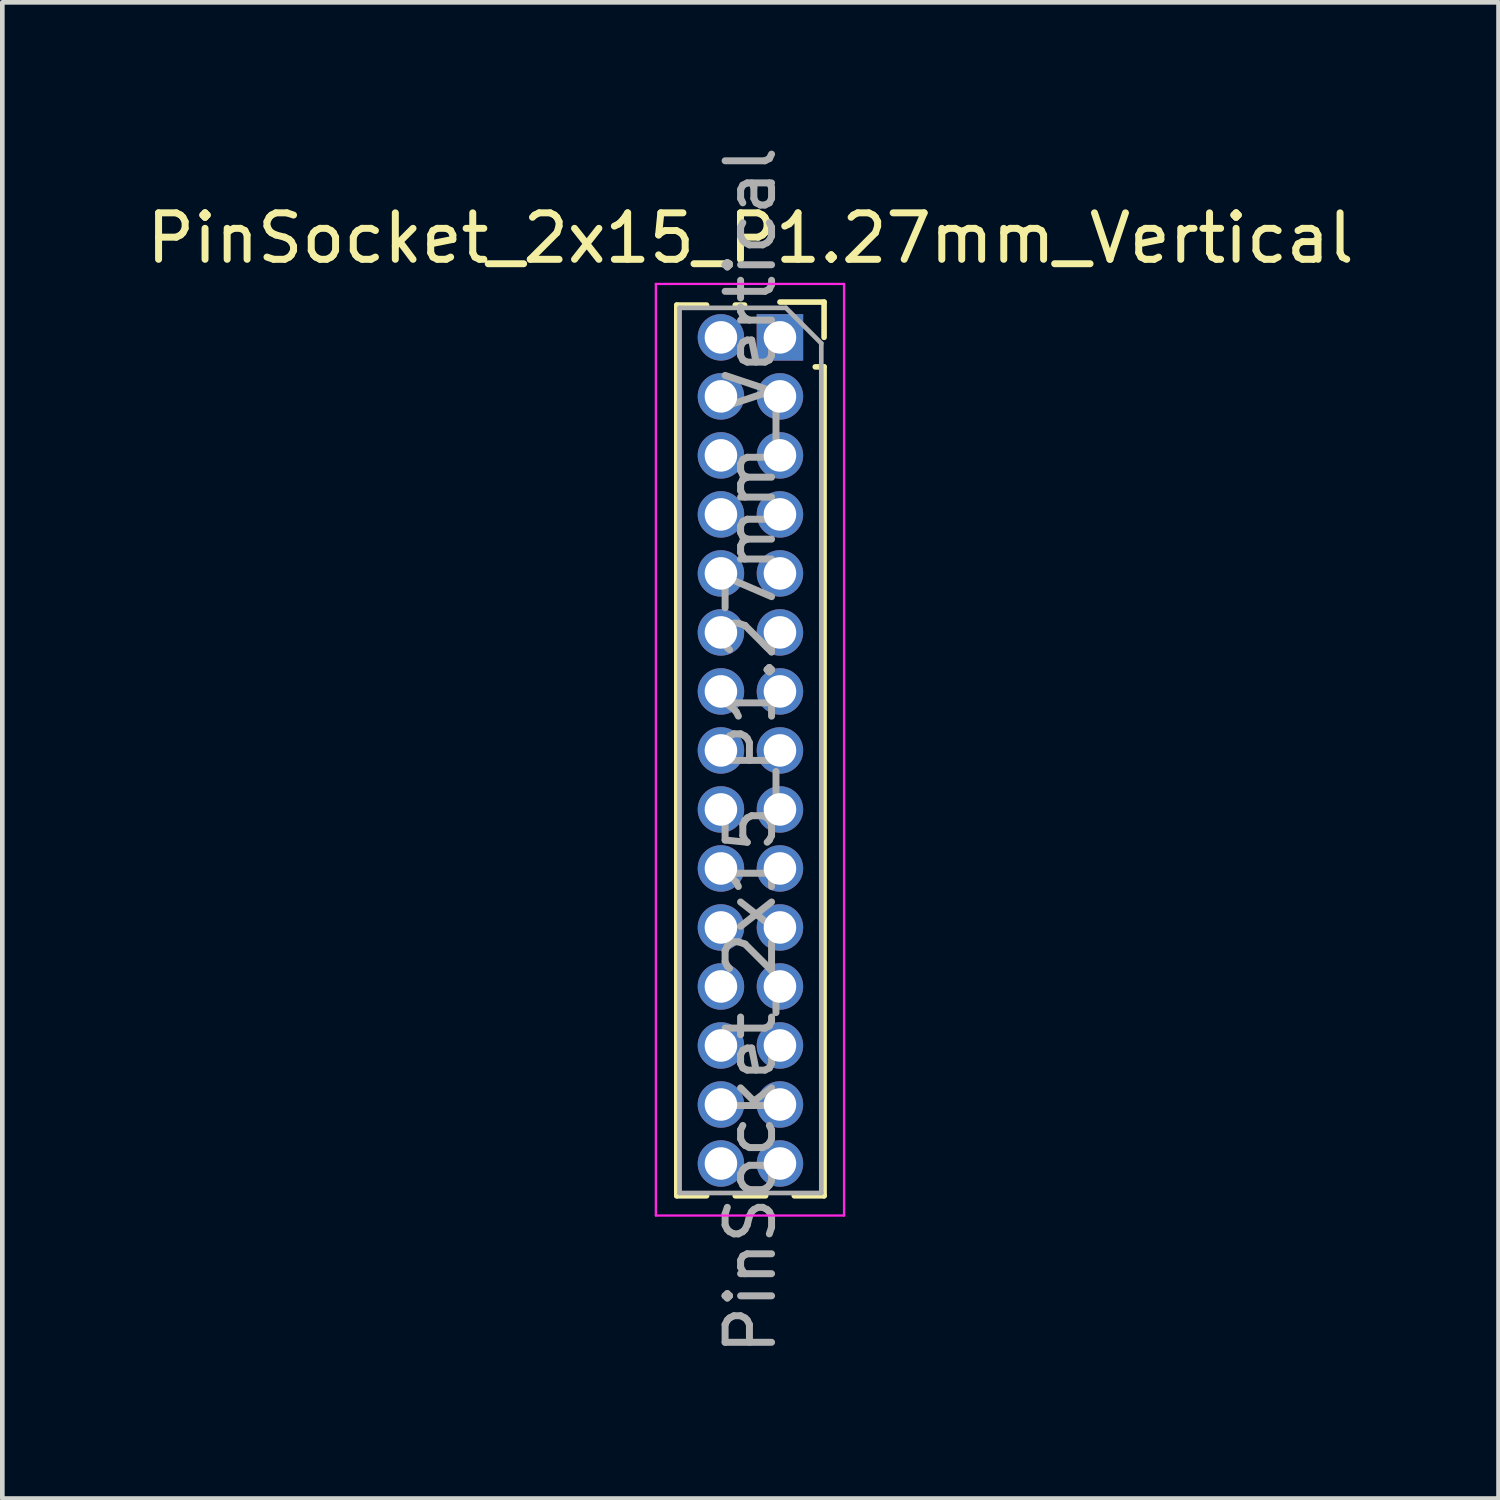
<source format=kicad_pcb>
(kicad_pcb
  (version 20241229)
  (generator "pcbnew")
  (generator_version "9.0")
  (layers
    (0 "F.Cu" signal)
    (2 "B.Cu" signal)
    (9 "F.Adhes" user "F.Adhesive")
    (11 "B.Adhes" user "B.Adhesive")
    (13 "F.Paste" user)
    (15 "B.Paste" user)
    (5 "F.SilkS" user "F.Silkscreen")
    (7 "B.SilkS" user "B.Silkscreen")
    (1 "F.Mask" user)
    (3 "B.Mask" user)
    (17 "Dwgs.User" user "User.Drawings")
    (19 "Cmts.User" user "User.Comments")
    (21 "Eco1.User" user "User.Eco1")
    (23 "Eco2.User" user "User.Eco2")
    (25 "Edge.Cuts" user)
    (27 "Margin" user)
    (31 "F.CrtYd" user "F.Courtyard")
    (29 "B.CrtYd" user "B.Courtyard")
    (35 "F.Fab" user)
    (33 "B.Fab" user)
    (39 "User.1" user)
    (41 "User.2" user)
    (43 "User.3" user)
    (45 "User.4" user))
  (footprint "PinSocket_2x15_P1.27mm_Vertical"
    (layer "F.Cu")
    (at 13.736 4.211)
    (property "Reference" "PinSocket_2x15_P1.27mm_Vertical" (at -0.635 -2.135 0) (layer "F.SilkS") (effects (font (size 1 1) (thickness 0.15))))
    (attr through_hole)
    (fp_line (start -2.22 -0.695) (end -2.22 18.475) (stroke (width 0.12) (type solid)) (layer "F.SilkS"))
    (fp_line (start -2.22 -0.695) (end -1.578 -0.695) (stroke (width 0.12) (type solid)) (layer "F.SilkS"))
    (fp_line (start -2.22 18.475) (end -1.578 18.475) (stroke (width 0.12) (type solid)) (layer "F.SilkS"))
    (fp_line (start -0.962 -0.695) (end -0.76 -0.695) (stroke (width 0.12) (type solid)) (layer "F.SilkS"))
    (fp_line (start -0.962 18.475) (end -0.308 18.475) (stroke (width 0.12) (type solid)) (layer "F.SilkS"))
    (fp_line (start 0 -0.76) (end 0.95 -0.76) (stroke (width 0.12) (type solid)) (layer "F.SilkS"))
    (fp_line (start 0.308 18.475) (end 0.95 18.475) (stroke (width 0.12) (type solid)) (layer "F.SilkS"))
    (fp_line (start 0.76 0.635) (end 0.95 0.635) (stroke (width 0.12) (type solid)) (layer "F.SilkS"))
    (fp_line (start 0.95 -0.76) (end 0.95 0) (stroke (width 0.12) (type solid)) (layer "F.SilkS"))
    (fp_line (start 0.95 0.635) (end 0.95 18.475) (stroke (width 0.12) (type solid)) (layer "F.SilkS"))
    (fp_line (start -2.67 -1.15) (end 1.38 -1.15) (stroke (width 0.05) (type solid)) (layer "F.CrtYd"))
    (fp_line (start -2.67 18.9) (end -2.67 -1.15) (stroke (width 0.05) (type solid)) (layer "F.CrtYd"))
    (fp_line (start 1.38 -1.15) (end 1.38 18.9) (stroke (width 0.05) (type solid)) (layer "F.CrtYd"))
    (fp_line (start 1.38 18.9) (end -2.67 18.9) (stroke (width 0.05) (type solid)) (layer "F.CrtYd"))
    (fp_line (start -2.16 -0.635) (end 0.128 -0.635) (stroke (width 0.1) (type solid)) (layer "F.Fab"))
    (fp_line (start -2.16 18.415) (end -2.16 -0.635) (stroke (width 0.1) (type solid)) (layer "F.Fab"))
    (fp_line (start 0.128 -0.635) (end 0.89 0.128) (stroke (width 0.1) (type solid)) (layer "F.Fab"))
    (fp_line (start 0.89 0.128) (end 0.89 18.415) (stroke (width 0.1) (type solid)) (layer "F.Fab"))
    (fp_line (start 0.89 18.415) (end -2.16 18.415) (stroke (width 0.1) (type solid)) (layer "F.Fab"))
    (fp_text user "${REFERENCE}" (at -0.635 8.89 90) (layer "F.Fab") (effects (font (size 1 1) (thickness 0.15))))
    (pad "1" thru_hole rect (at 0 0) (size 1 1) (drill 0.7) (layers "*.Cu" "*.Mask"))
    (pad "2" thru_hole oval (at -1.27 0) (size 1 1) (drill 0.7) (layers "*.Cu" "*.Mask"))
    (pad "3" thru_hole oval (at 0 1.27) (size 1 1) (drill 0.7) (layers "*.Cu" "*.Mask"))
    (pad "4" thru_hole oval (at -1.27 1.27) (size 1 1) (drill 0.7) (layers "*.Cu" "*.Mask"))
    (pad "5" thru_hole oval (at 0 2.54) (size 1 1) (drill 0.7) (layers "*.Cu" "*.Mask"))
    (pad "6" thru_hole oval (at -1.27 2.54) (size 1 1) (drill 0.7) (layers "*.Cu" "*.Mask"))
    (pad "7" thru_hole oval (at 0 3.81) (size 1 1) (drill 0.7) (layers "*.Cu" "*.Mask"))
    (pad "8" thru_hole oval (at -1.27 3.81) (size 1 1) (drill 0.7) (layers "*.Cu" "*.Mask"))
    (pad "9" thru_hole oval (at 0 5.08) (size 1 1) (drill 0.7) (layers "*.Cu" "*.Mask"))
    (pad "10" thru_hole oval (at -1.27 5.08) (size 1 1) (drill 0.7) (layers "*.Cu" "*.Mask"))
    (pad "11" thru_hole oval (at 0 6.35) (size 1 1) (drill 0.7) (layers "*.Cu" "*.Mask"))
    (pad "12" thru_hole oval (at -1.27 6.35) (size 1 1) (drill 0.7) (layers "*.Cu" "*.Mask"))
    (pad "13" thru_hole oval (at 0 7.62) (size 1 1) (drill 0.7) (layers "*.Cu" "*.Mask"))
    (pad "14" thru_hole oval (at -1.27 7.62) (size 1 1) (drill 0.7) (layers "*.Cu" "*.Mask"))
    (pad "15" thru_hole oval (at 0 8.89) (size 1 1) (drill 0.7) (layers "*.Cu" "*.Mask"))
    (pad "16" thru_hole oval (at -1.27 8.89) (size 1 1) (drill 0.7) (layers "*.Cu" "*.Mask"))
    (pad "17" thru_hole oval (at 0 10.16) (size 1 1) (drill 0.7) (layers "*.Cu" "*.Mask"))
    (pad "18" thru_hole oval (at -1.27 10.16) (size 1 1) (drill 0.7) (layers "*.Cu" "*.Mask"))
    (pad "19" thru_hole oval (at 0 11.43) (size 1 1) (drill 0.7) (layers "*.Cu" "*.Mask"))
    (pad "20" thru_hole oval (at -1.27 11.43) (size 1 1) (drill 0.7) (layers "*.Cu" "*.Mask"))
    (pad "21" thru_hole oval (at 0 12.7) (size 1 1) (drill 0.7) (layers "*.Cu" "*.Mask"))
    (pad "22" thru_hole oval (at -1.27 12.7) (size 1 1) (drill 0.7) (layers "*.Cu" "*.Mask"))
    (pad "23" thru_hole oval (at 0 13.97) (size 1 1) (drill 0.7) (layers "*.Cu" "*.Mask"))
    (pad "24" thru_hole oval (at -1.27 13.97) (size 1 1) (drill 0.7) (layers "*.Cu" "*.Mask"))
    (pad "25" thru_hole oval (at 0 15.24) (size 1 1) (drill 0.7) (layers "*.Cu" "*.Mask"))
    (pad "26" thru_hole oval (at -1.27 15.24) (size 1 1) (drill 0.7) (layers "*.Cu" "*.Mask"))
    (pad "27" thru_hole oval (at 0 16.51) (size 1 1) (drill 0.7) (layers "*.Cu" "*.Mask"))
    (pad "28" thru_hole oval (at -1.27 16.51) (size 1 1) (drill 0.7) (layers "*.Cu" "*.Mask"))
    (pad "29" thru_hole oval (at 0 17.78) (size 1 1) (drill 0.7) (layers "*.Cu" "*.Mask"))
    (pad "30" thru_hole oval (at -1.27 17.78) (size 1 1) (drill 0.7) (layers "*.Cu" "*.Mask")))
  (gr_rect
    (start -3 -3)
    (end 29.202 29.202)
    (stroke (width 0.1) (type default))
    (fill no)
    (layer "Edge.Cuts")))
</source>
